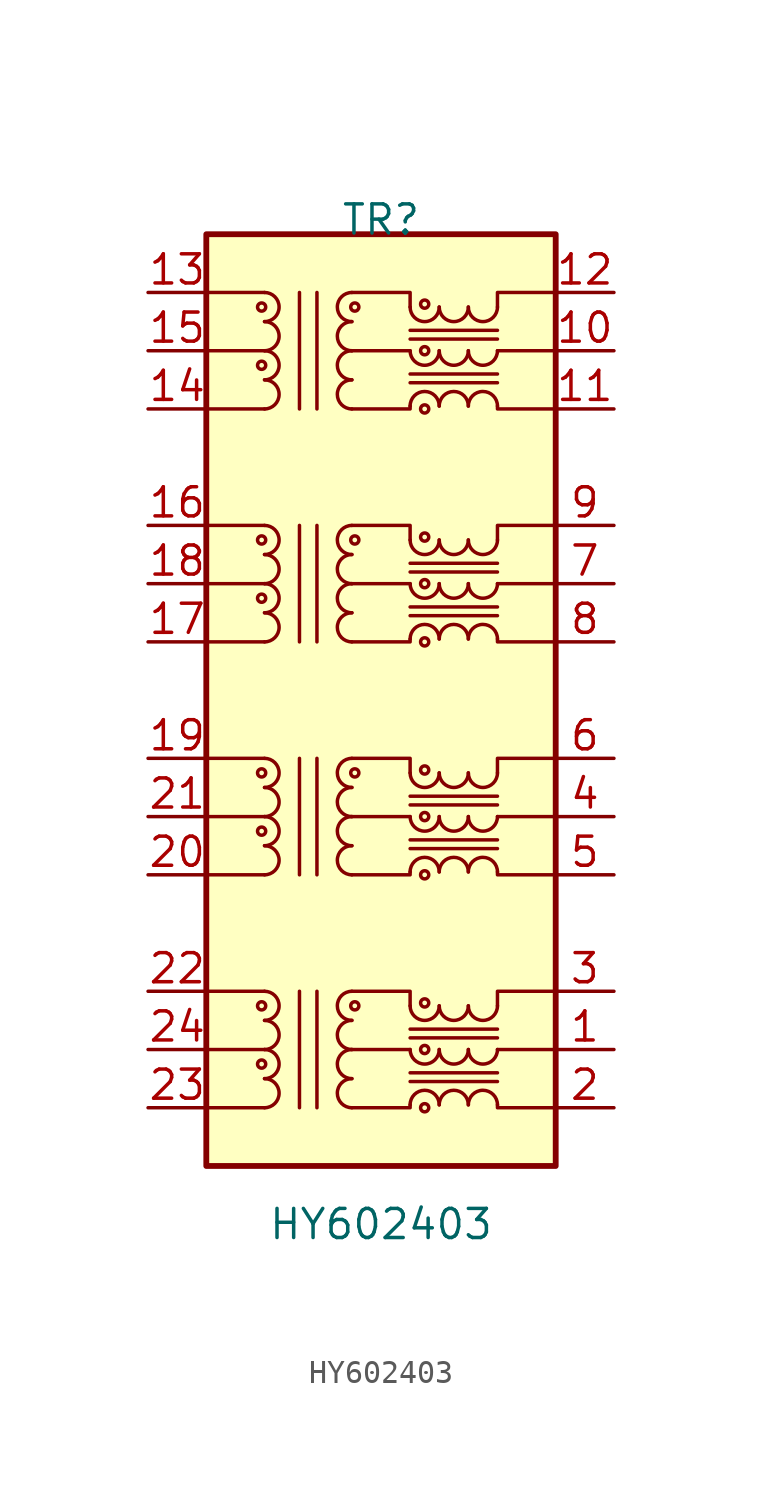
<source format=kicad_sym>
(kicad_symbol_lib
  (version 20231120)
  (generator "kicad_symbol_editor")
  (generator_version "8.0")
  (symbol "HY602403"
    (pin_names hide)
    (property "Reference" "TR"
      (at 0 10.795 0)
      (effects (font (size 1.27 1.27))))
    (property "Value" "HY602403"
      (at 0 -33.02 0)
      (effects (font (size 1.27 1.27))))
    (symbol "HY602403_0_1"
      (rectangle (start -7.62 10.16) (end 7.62 -30.48) (stroke (width 0.254) (type default)) (fill (type background)))
      (circle (center -5.207 6.985) (radius 0.178) (stroke (width 0) (type default)) (fill (type none)))
      (arc (start -5.08 6.35) (mid -4.4477 6.985) (end -5.08 7.62) (stroke (width 0) (type default)) (fill (type none)))
      (polyline (pts (xy -5.08 2.54) (xy -7.62 2.54)) (stroke (width 0) (type default)) (fill (type none)))
      (polyline (pts (xy -5.08 5.08) (xy -7.62 5.08)) (stroke (width 0) (type default)) (fill (type none)))
      (polyline (pts (xy -5.08 7.62) (xy -7.62 7.62)) (stroke (width 0) (type default)) (fill (type none)))
      (polyline (pts (xy -3.556 2.54) (xy -3.556 7.62)) (stroke (width 0) (type default)) (fill (type none)))
      (polyline (pts (xy -2.794 7.62) (xy -2.794 2.54)) (stroke (width 0) (type default)) (fill (type none)))
      (polyline (pts (xy -1.27 5.08) (xy 1.27 5.08)) (stroke (width 0) (type default)) (fill (type none)))
      (polyline (pts (xy 5.08 5.08) (xy 7.62 5.08)) (stroke (width 0) (type default)) (fill (type none)))
      (polyline (pts (xy -1.27 2.54) (xy 1.27 2.54) (xy 1.27 2.667)) (stroke (width 0) (type default)) (fill (type none)))
      (polyline (pts (xy 1.27 6.985) (xy 1.27 7.62) (xy -1.27 7.62)) (stroke (width 0) (type default)) (fill (type none)))
      (polyline (pts (xy 5.08 2.667) (xy 5.08 2.54) (xy 7.62 2.54)) (stroke (width 0) (type default)) (fill (type none)))
      (polyline (pts (xy 5.08 6.985) (xy 5.08 7.62) (xy 7.62 7.62)) (stroke (width 0) (type default)) (fill (type none))))
    (symbol "HY602403_1_1"
      (circle (center -5.207 -26.035) (radius 0.178) (stroke (width 0) (type default)) (fill (type none)))
      (circle (center -5.207 -23.495) (radius 0.178) (stroke (width 0) (type default)) (fill (type none)))
      (circle (center -5.207 -15.875) (radius 0.178) (stroke (width 0) (type default)) (fill (type none)))
      (circle (center -5.207 -13.335) (radius 0.178) (stroke (width 0) (type default)) (fill (type none)))
      (circle (center -5.207 -5.715) (radius 0.178) (stroke (width 0) (type default)) (fill (type none)))
      (circle (center -5.207 -3.175) (radius 0.178) (stroke (width 0) (type default)) (fill (type none)))
      (circle (center -5.207 4.445) (radius 0.178) (stroke (width 0) (type default)) (fill (type none)))
      (arc (start -5.08 -27.94) (mid -4.4477 -27.305) (end -5.08 -26.67) (stroke (width 0) (type default)) (fill (type none)))
      (arc (start -5.08 -26.67) (mid -4.4477 -26.035) (end -5.08 -25.4) (stroke (width 0) (type default)) (fill (type none)))
      (arc (start -5.08 -25.4) (mid -4.4477 -24.765) (end -5.08 -24.13) (stroke (width 0) (type default)) (fill (type none)))
      (arc (start -5.08 -24.13) (mid -4.4477 -23.495) (end -5.08 -22.86) (stroke (width 0) (type default)) (fill (type none)))
      (arc (start -5.08 -17.78) (mid -4.4477 -17.145) (end -5.08 -16.51) (stroke (width 0) (type default)) (fill (type none)))
      (arc (start -5.08 -16.51) (mid -4.4477 -15.875) (end -5.08 -15.24) (stroke (width 0) (type default)) (fill (type none)))
      (arc (start -5.08 -15.24) (mid -4.4477 -14.605) (end -5.08 -13.97) (stroke (width 0) (type default)) (fill (type none)))
      (arc (start -5.08 -13.97) (mid -4.4477 -13.335) (end -5.08 -12.7) (stroke (width 0) (type default)) (fill (type none)))
      (arc (start -5.08 -7.62) (mid -4.4477 -6.985) (end -5.08 -6.35) (stroke (width 0) (type default)) (fill (type none)))
      (arc (start -5.08 -6.35) (mid -4.4477 -5.715) (end -5.08 -5.08) (stroke (width 0) (type default)) (fill (type none)))
      (arc (start -5.08 -5.08) (mid -4.4477 -4.445) (end -5.08 -3.81) (stroke (width 0) (type default)) (fill (type none)))
      (arc (start -5.08 -3.81) (mid -4.4477 -3.175) (end -5.08 -2.54) (stroke (width 0) (type default)) (fill (type none)))
      (arc (start -5.08 2.54) (mid -4.4477 3.175) (end -5.08 3.81) (stroke (width 0) (type default)) (fill (type none)))
      (arc (start -5.08 3.81) (mid -4.4477 4.445) (end -5.08 5.08) (stroke (width 0) (type default)) (fill (type none)))
      (arc (start -5.08 5.08) (mid -4.4477 5.715) (end -5.08 6.35) (stroke (width 0) (type default)) (fill (type none)))
      (arc (start -1.27 -26.67) (mid -1.9023 -27.305) (end -1.27 -27.94) (stroke (width 0) (type default)) (fill (type none)))
      (arc (start -1.27 -25.4) (mid -1.9023 -26.035) (end -1.27 -26.67) (stroke (width 0) (type default)) (fill (type none)))
      (arc (start -1.27 -24.13) (mid -1.9023 -24.765) (end -1.27 -25.4) (stroke (width 0) (type default)) (fill (type none)))
      (arc (start -1.27 -22.86) (mid -1.9023 -23.495) (end -1.27 -24.13) (stroke (width 0) (type default)) (fill (type none)))
      (arc (start -1.27 -16.51) (mid -1.9023 -17.145) (end -1.27 -17.78) (stroke (width 0) (type default)) (fill (type none)))
      (arc (start -1.27 -15.24) (mid -1.9023 -15.875) (end -1.27 -16.51) (stroke (width 0) (type default)) (fill (type none)))
      (arc (start -1.27 -13.97) (mid -1.9023 -14.605) (end -1.27 -15.24) (stroke (width 0) (type default)) (fill (type none)))
      (arc (start -1.27 -12.7) (mid -1.9023 -13.335) (end -1.27 -13.97) (stroke (width 0) (type default)) (fill (type none)))
      (arc (start -1.27 -6.35) (mid -1.9023 -6.985) (end -1.27 -7.62) (stroke (width 0) (type default)) (fill (type none)))
      (arc (start -1.27 -5.08) (mid -1.9023 -5.715) (end -1.27 -6.35) (stroke (width 0) (type default)) (fill (type none)))
      (arc (start -1.27 -3.81) (mid -1.9023 -4.445) (end -1.27 -5.08) (stroke (width 0) (type default)) (fill (type none)))
      (arc (start -1.27 -2.54) (mid -1.9023 -3.175) (end -1.27 -3.81) (stroke (width 0) (type default)) (fill (type none)))
      (arc (start -1.27 3.81) (mid -1.9023 3.175) (end -1.27 2.54) (stroke (width 0) (type default)) (fill (type none)))
      (arc (start -1.27 5.08) (mid -1.9023 4.445) (end -1.27 3.81) (stroke (width 0) (type default)) (fill (type none)))
      (arc (start -1.27 6.35) (mid -1.9023 5.715) (end -1.27 5.08) (stroke (width 0) (type default)) (fill (type none)))
      (arc (start -1.27 7.62) (mid -1.9023 6.985) (end -1.27 6.35) (stroke (width 0) (type default)) (fill (type none)))
      (circle (center -1.143 -23.495) (radius 0.178) (stroke (width 0) (type default)) (fill (type none)))
      (circle (center -1.143 -13.335) (radius 0.178) (stroke (width 0) (type default)) (fill (type none)))
      (circle (center -1.143 -3.175) (radius 0.178) (stroke (width 0) (type default)) (fill (type none)))
      (circle (center -1.143 6.985) (radius 0.178) (stroke (width 0) (type default)) (fill (type none)))
      (polyline (pts (xy -5.08 -27.94) (xy -7.62 -27.94)) (stroke (width 0) (type default)) (fill (type none)))
      (polyline (pts (xy -5.08 -25.4) (xy -7.62 -25.4)) (stroke (width 0) (type default)) (fill (type none)))
      (polyline (pts (xy -5.08 -22.86) (xy -7.62 -22.86)) (stroke (width 0) (type default)) (fill (type none)))
      (polyline (pts (xy -5.08 -17.78) (xy -7.62 -17.78)) (stroke (width 0) (type default)) (fill (type none)))
      (polyline (pts (xy -5.08 -15.24) (xy -7.62 -15.24)) (stroke (width 0) (type default)) (fill (type none)))
      (polyline (pts (xy -5.08 -12.7) (xy -7.62 -12.7)) (stroke (width 0) (type default)) (fill (type none)))
      (polyline (pts (xy -5.08 -7.62) (xy -7.62 -7.62)) (stroke (width 0) (type default)) (fill (type none)))
      (polyline (pts (xy -5.08 -5.08) (xy -7.62 -5.08)) (stroke (width 0) (type default)) (fill (type none)))
      (polyline (pts (xy -5.08 -2.54) (xy -7.62 -2.54)) (stroke (width 0) (type default)) (fill (type none)))
      (polyline (pts (xy -3.556 -27.94) (xy -3.556 -22.86)) (stroke (width 0) (type default)) (fill (type none)))
      (polyline (pts (xy -3.556 -17.78) (xy -3.556 -12.7)) (stroke (width 0) (type default)) (fill (type none)))
      (polyline (pts (xy -3.556 -7.62) (xy -3.556 -2.54)) (stroke (width 0) (type default)) (fill (type none)))
      (polyline (pts (xy -2.794 -22.86) (xy -2.794 -27.94)) (stroke (width 0) (type default)) (fill (type none)))
      (polyline (pts (xy -2.794 -12.7) (xy -2.794 -17.78)) (stroke (width 0) (type default)) (fill (type none)))
      (polyline (pts (xy -2.794 -2.54) (xy -2.794 -7.62)) (stroke (width 0) (type default)) (fill (type none)))
      (polyline (pts (xy -1.27 -25.4) (xy 1.27 -25.4)) (stroke (width 0) (type default)) (fill (type none)))
      (polyline (pts (xy -1.27 -15.24) (xy 1.27 -15.24)) (stroke (width 0) (type default)) (fill (type none)))
      (polyline (pts (xy -1.27 -5.08) (xy 1.27 -5.08)) (stroke (width 0) (type default)) (fill (type none)))
      (polyline (pts (xy 1.27 -26.797) (xy 5.08 -26.797)) (stroke (width 0) (type default)) (fill (type none)))
      (polyline (pts (xy 1.27 -26.416) (xy 5.08 -26.416)) (stroke (width 0) (type default)) (fill (type none)))
      (polyline (pts (xy 1.27 -24.892) (xy 5.08 -24.892)) (stroke (width 0) (type default)) (fill (type none)))
      (polyline (pts (xy 1.27 -24.511) (xy 5.08 -24.511)) (stroke (width 0) (type default)) (fill (type none)))
      (polyline (pts (xy 1.27 -16.637) (xy 5.08 -16.637)) (stroke (width 0) (type default)) (fill (type none)))
      (polyline (pts (xy 1.27 -16.256) (xy 5.08 -16.256)) (stroke (width 0) (type default)) (fill (type none)))
      (polyline (pts (xy 1.27 -14.732) (xy 5.08 -14.732)) (stroke (width 0) (type default)) (fill (type none)))
      (polyline (pts (xy 1.27 -14.351) (xy 5.08 -14.351)) (stroke (width 0) (type default)) (fill (type none)))
      (polyline (pts (xy 1.27 -6.477) (xy 5.08 -6.477)) (stroke (width 0) (type default)) (fill (type none)))
      (polyline (pts (xy 1.27 -6.096) (xy 5.08 -6.096)) (stroke (width 0) (type default)) (fill (type none)))
      (polyline (pts (xy 1.27 -4.572) (xy 5.08 -4.572)) (stroke (width 0) (type default)) (fill (type none)))
      (polyline (pts (xy 1.27 -4.191) (xy 5.08 -4.191)) (stroke (width 0) (type default)) (fill (type none)))
      (polyline (pts (xy 1.27 3.683) (xy 5.08 3.683)) (stroke (width 0) (type default)) (fill (type none)))
      (polyline (pts (xy 1.27 4.064) (xy 5.08 4.064)) (stroke (width 0) (type default)) (fill (type none)))
      (polyline (pts (xy 1.27 5.588) (xy 5.08 5.588)) (stroke (width 0) (type default)) (fill (type none)))
      (polyline (pts (xy 1.27 5.969) (xy 5.08 5.969)) (stroke (width 0) (type default)) (fill (type none)))
      (polyline (pts (xy 5.08 -25.4) (xy 7.62 -25.4)) (stroke (width 0) (type default)) (fill (type none)))
      (polyline (pts (xy 5.08 -15.24) (xy 7.62 -15.24)) (stroke (width 0) (type default)) (fill (type none)))
      (polyline (pts (xy 5.08 -5.08) (xy 7.62 -5.08)) (stroke (width 0) (type default)) (fill (type none)))
      (polyline (pts (xy -1.27 -27.94) (xy 1.27 -27.94) (xy 1.27 -27.813)) (stroke (width 0) (type default)) (fill (type none)))
      (polyline (pts (xy -1.27 -17.78) (xy 1.27 -17.78) (xy 1.27 -17.653)) (stroke (width 0) (type default)) (fill (type none)))
      (polyline (pts (xy -1.27 -7.62) (xy 1.27 -7.62) (xy 1.27 -7.493)) (stroke (width 0) (type default)) (fill (type none)))
      (polyline (pts (xy 1.27 -23.495) (xy 1.27 -22.86) (xy -1.27 -22.86)) (stroke (width 0) (type default)) (fill (type none)))
      (polyline (pts (xy 1.27 -13.335) (xy 1.27 -12.7) (xy -1.27 -12.7)) (stroke (width 0) (type default)) (fill (type none)))
      (polyline (pts (xy 1.27 -3.175) (xy 1.27 -2.54) (xy -1.27 -2.54)) (stroke (width 0) (type default)) (fill (type none)))
      (polyline (pts (xy 5.08 -27.813) (xy 5.08 -27.94) (xy 7.62 -27.94)) (stroke (width 0) (type default)) (fill (type none)))
      (polyline (pts (xy 5.08 -23.495) (xy 5.08 -22.86) (xy 7.62 -22.86)) (stroke (width 0) (type default)) (fill (type none)))
      (polyline (pts (xy 5.08 -17.653) (xy 5.08 -17.78) (xy 7.62 -17.78)) (stroke (width 0) (type default)) (fill (type none)))
      (polyline (pts (xy 5.08 -13.335) (xy 5.08 -12.7) (xy 7.62 -12.7)) (stroke (width 0) (type default)) (fill (type none)))
      (polyline (pts (xy 5.08 -7.493) (xy 5.08 -7.62) (xy 7.62 -7.62)) (stroke (width 0) (type default)) (fill (type none)))
      (polyline (pts (xy 5.08 -3.175) (xy 5.08 -2.54) (xy 7.62 -2.54)) (stroke (width 0) (type default)) (fill (type none)))
      (arc (start 1.27 -25.4) (mid 1.905 -26.0323) (end 2.54 -25.4) (stroke (width 0) (type default)) (fill (type none)))
      (arc (start 1.27 -23.495) (mid 1.905 -24.1273) (end 2.54 -23.495) (stroke (width 0) (type default)) (fill (type none)))
      (arc (start 1.27 -15.24) (mid 1.905 -15.8723) (end 2.54 -15.24) (stroke (width 0) (type default)) (fill (type none)))
      (arc (start 1.27 -13.335) (mid 1.905 -13.9673) (end 2.54 -13.335) (stroke (width 0) (type default)) (fill (type none)))
      (arc (start 1.27 -5.08) (mid 1.905 -5.7123) (end 2.54 -5.08) (stroke (width 0) (type default)) (fill (type none)))
      (arc (start 1.27 -3.175) (mid 1.905 -3.8073) (end 2.54 -3.175) (stroke (width 0) (type default)) (fill (type none)))
      (arc (start 1.27 5.08) (mid 1.905 4.4477) (end 2.54 5.08) (stroke (width 0) (type default)) (fill (type none)))
      (arc (start 1.27 6.985) (mid 1.905 6.3527) (end 2.54 6.985) (stroke (width 0) (type default)) (fill (type none)))
      (circle (center 1.905 -27.94) (radius 0.178) (stroke (width 0) (type default)) (fill (type none)))
      (circle (center 1.905 -25.4) (radius 0.178) (stroke (width 0) (type default)) (fill (type none)))
      (circle (center 1.905 -23.368) (radius 0.178) (stroke (width 0) (type default)) (fill (type none)))
      (circle (center 1.905 -17.78) (radius 0.178) (stroke (width 0) (type default)) (fill (type none)))
      (circle (center 1.905 -15.24) (radius 0.178) (stroke (width 0) (type default)) (fill (type none)))
      (circle (center 1.905 -13.208) (radius 0.178) (stroke (width 0) (type default)) (fill (type none)))
      (circle (center 1.905 -7.62) (radius 0.178) (stroke (width 0) (type default)) (fill (type none)))
      (circle (center 1.905 -5.08) (radius 0.178) (stroke (width 0) (type default)) (fill (type none)))
      (circle (center 1.905 -3.048) (radius 0.178) (stroke (width 0) (type default)) (fill (type none)))
      (circle (center 1.905 2.54) (radius 0.178) (stroke (width 0) (type default)) (fill (type none)))
      (circle (center 1.905 5.08) (radius 0.178) (stroke (width 0) (type default)) (fill (type none)))
      (circle (center 1.905 7.112) (radius 0.178) (stroke (width 0) (type default)) (fill (type none)))
      (arc (start 2.54 -27.813) (mid 1.905 -27.1807) (end 1.27 -27.813) (stroke (width 0) (type default)) (fill (type none)))
      (arc (start 2.54 -25.4) (mid 3.175 -26.0323) (end 3.81 -25.4) (stroke (width 0) (type default)) (fill (type none)))
      (arc (start 2.54 -23.495) (mid 3.175 -24.1273) (end 3.81 -23.495) (stroke (width 0) (type default)) (fill (type none)))
      (arc (start 2.54 -17.653) (mid 1.905 -17.0207) (end 1.27 -17.653) (stroke (width 0) (type default)) (fill (type none)))
      (arc (start 2.54 -15.24) (mid 3.175 -15.8723) (end 3.81 -15.24) (stroke (width 0) (type default)) (fill (type none)))
      (arc (start 2.54 -13.335) (mid 3.175 -13.9673) (end 3.81 -13.335) (stroke (width 0) (type default)) (fill (type none)))
      (arc (start 2.54 -7.493) (mid 1.905 -6.8607) (end 1.27 -7.493) (stroke (width 0) (type default)) (fill (type none)))
      (arc (start 2.54 -5.08) (mid 3.175 -5.7123) (end 3.81 -5.08) (stroke (width 0) (type default)) (fill (type none)))
      (arc (start 2.54 -3.175) (mid 3.175 -3.8073) (end 3.81 -3.175) (stroke (width 0) (type default)) (fill (type none)))
      (arc (start 2.54 2.667) (mid 1.905 3.2993) (end 1.27 2.667) (stroke (width 0) (type default)) (fill (type none)))
      (arc (start 2.54 5.08) (mid 3.175 4.4477) (end 3.81 5.08) (stroke (width 0) (type default)) (fill (type none)))
      (arc (start 2.54 6.985) (mid 3.175 6.3527) (end 3.81 6.985) (stroke (width 0) (type default)) (fill (type none)))
      (arc (start 3.81 -27.813) (mid 3.175 -27.1807) (end 2.54 -27.813) (stroke (width 0) (type default)) (fill (type none)))
      (arc (start 3.81 -25.4) (mid 4.445 -26.0323) (end 5.08 -25.4) (stroke (width 0) (type default)) (fill (type none)))
      (arc (start 3.81 -23.495) (mid 4.445 -24.1273) (end 5.08 -23.495) (stroke (width 0) (type default)) (fill (type none)))
      (arc (start 3.81 -17.653) (mid 3.175 -17.0207) (end 2.54 -17.653) (stroke (width 0) (type default)) (fill (type none)))
      (arc (start 3.81 -15.24) (mid 4.445 -15.8723) (end 5.08 -15.24) (stroke (width 0) (type default)) (fill (type none)))
      (arc (start 3.81 -13.335) (mid 4.445 -13.9673) (end 5.08 -13.335) (stroke (width 0) (type default)) (fill (type none)))
      (arc (start 3.81 -7.493) (mid 3.175 -6.8607) (end 2.54 -7.493) (stroke (width 0) (type default)) (fill (type none)))
      (arc (start 3.81 -5.08) (mid 4.445 -5.7123) (end 5.08 -5.08) (stroke (width 0) (type default)) (fill (type none)))
      (arc (start 3.81 -3.175) (mid 4.445 -3.8073) (end 5.08 -3.175) (stroke (width 0) (type default)) (fill (type none)))
      (arc (start 3.81 2.667) (mid 3.175 3.2993) (end 2.54 2.667) (stroke (width 0) (type default)) (fill (type none)))
      (arc (start 3.81 5.08) (mid 4.445 4.4477) (end 5.08 5.08) (stroke (width 0) (type default)) (fill (type none)))
      (arc (start 3.81 6.985) (mid 4.445 6.3527) (end 5.08 6.985) (stroke (width 0) (type default)) (fill (type none)))
      (arc (start 5.08 -27.813) (mid 4.445 -27.1807) (end 3.81 -27.813) (stroke (width 0) (type default)) (fill (type none)))
      (arc (start 5.08 -17.653) (mid 4.445 -17.0207) (end 3.81 -17.653) (stroke (width 0) (type default)) (fill (type none)))
      (arc (start 5.08 -7.493) (mid 4.445 -6.8607) (end 3.81 -7.493) (stroke (width 0) (type default)) (fill (type none)))
      (arc (start 5.08 2.667) (mid 4.445 3.2993) (end 3.81 2.667) (stroke (width 0) (type default)) (fill (type none)))
      (pin passive line (at 10.16 -25.4 180) (length 2.54) (name "TCT1" (effects (font (size 1.27 1.27)))) (number "1" (effects (font (size 1.27 1.27)))))
      (pin passive line (at 10.16 5.08 180) (length 2.54) (name "TCT4" (effects (font (size 1.27 1.27)))) (number "10" (effects (font (size 1.27 1.27)))))
      (pin passive line (at 10.16 2.54 180) (length 2.54) (name "TD4+" (effects (font (size 1.27 1.27)))) (number "11" (effects (font (size 1.27 1.27)))))
      (pin passive line (at 10.16 7.62 180) (length 2.54) (name "TD4-" (effects (font (size 1.27 1.27)))) (number "12" (effects (font (size 1.27 1.27)))))
      (pin passive line (at -10.16 7.62 0) (length 2.54) (name "MX4-" (effects (font (size 1.27 1.27)))) (number "13" (effects (font (size 1.27 1.27)))))
      (pin passive line (at -10.16 2.54 0) (length 2.54) (name "MX4+" (effects (font (size 1.27 1.27)))) (number "14" (effects (font (size 1.27 1.27)))))
      (pin passive line (at -10.16 5.08 0) (length 2.54) (name "MCT4" (effects (font (size 1.27 1.27)))) (number "15" (effects (font (size 1.27 1.27)))))
      (pin passive line (at -10.16 -2.54 0) (length 2.54) (name "MX3-" (effects (font (size 1.27 1.27)))) (number "16" (effects (font (size 1.27 1.27)))))
      (pin passive line (at -10.16 -7.62 0) (length 2.54) (name "MX3+" (effects (font (size 1.27 1.27)))) (number "17" (effects (font (size 1.27 1.27)))))
      (pin passive line (at -10.16 -5.08 0) (length 2.54) (name "MCT3" (effects (font (size 1.27 1.27)))) (number "18" (effects (font (size 1.27 1.27)))))
      (pin passive line (at -10.16 -12.7 0) (length 2.54) (name "MX2-" (effects (font (size 1.27 1.27)))) (number "19" (effects (font (size 1.27 1.27)))))
      (pin passive line (at 10.16 -27.94 180) (length 2.54) (name "TD1+" (effects (font (size 1.27 1.27)))) (number "2" (effects (font (size 1.27 1.27)))))
      (pin passive line (at -10.16 -17.78 0) (length 2.54) (name "MX2+" (effects (font (size 1.27 1.27)))) (number "20" (effects (font (size 1.27 1.27)))))
      (pin passive line (at -10.16 -15.24 0) (length 2.54) (name "MCT2" (effects (font (size 1.27 1.27)))) (number "21" (effects (font (size 1.27 1.27)))))
      (pin passive line (at -10.16 -22.86 0) (length 2.54) (name "MX1-" (effects (font (size 1.27 1.27)))) (number "22" (effects (font (size 1.27 1.27)))))
      (pin passive line (at -10.16 -27.94 0) (length 2.54) (name "MX1+" (effects (font (size 1.27 1.27)))) (number "23" (effects (font (size 1.27 1.27)))))
      (pin passive line (at -10.16 -25.4 0) (length 2.54) (name "MCT1" (effects (font (size 1.27 1.27)))) (number "24" (effects (font (size 1.27 1.27)))))
      (pin passive line (at 10.16 -22.86 180) (length 2.54) (name "TD1-" (effects (font (size 1.27 1.27)))) (number "3" (effects (font (size 1.27 1.27)))))
      (pin passive line (at 10.16 -15.24 180) (length 2.54) (name "TCT2" (effects (font (size 1.27 1.27)))) (number "4" (effects (font (size 1.27 1.27)))))
      (pin passive line (at 10.16 -17.78 180) (length 2.54) (name "TD2+" (effects (font (size 1.27 1.27)))) (number "5" (effects (font (size 1.27 1.27)))))
      (pin passive line (at 10.16 -12.7 180) (length 2.54) (name "TD2-" (effects (font (size 1.27 1.27)))) (number "6" (effects (font (size 1.27 1.27)))))
      (pin passive line (at 10.16 -5.08 180) (length 2.54) (name "TCT3" (effects (font (size 1.27 1.27)))) (number "7" (effects (font (size 1.27 1.27)))))
      (pin passive line (at 10.16 -7.62 180) (length 2.54) (name "TD3+" (effects (font (size 1.27 1.27)))) (number "8" (effects (font (size 1.27 1.27)))))
      (pin passive line (at 10.16 -2.54 180) (length 2.54) (name "TD3-" (effects (font (size 1.27 1.27)))) (number "9" (effects (font (size 1.27 1.27))))))))
</source>
